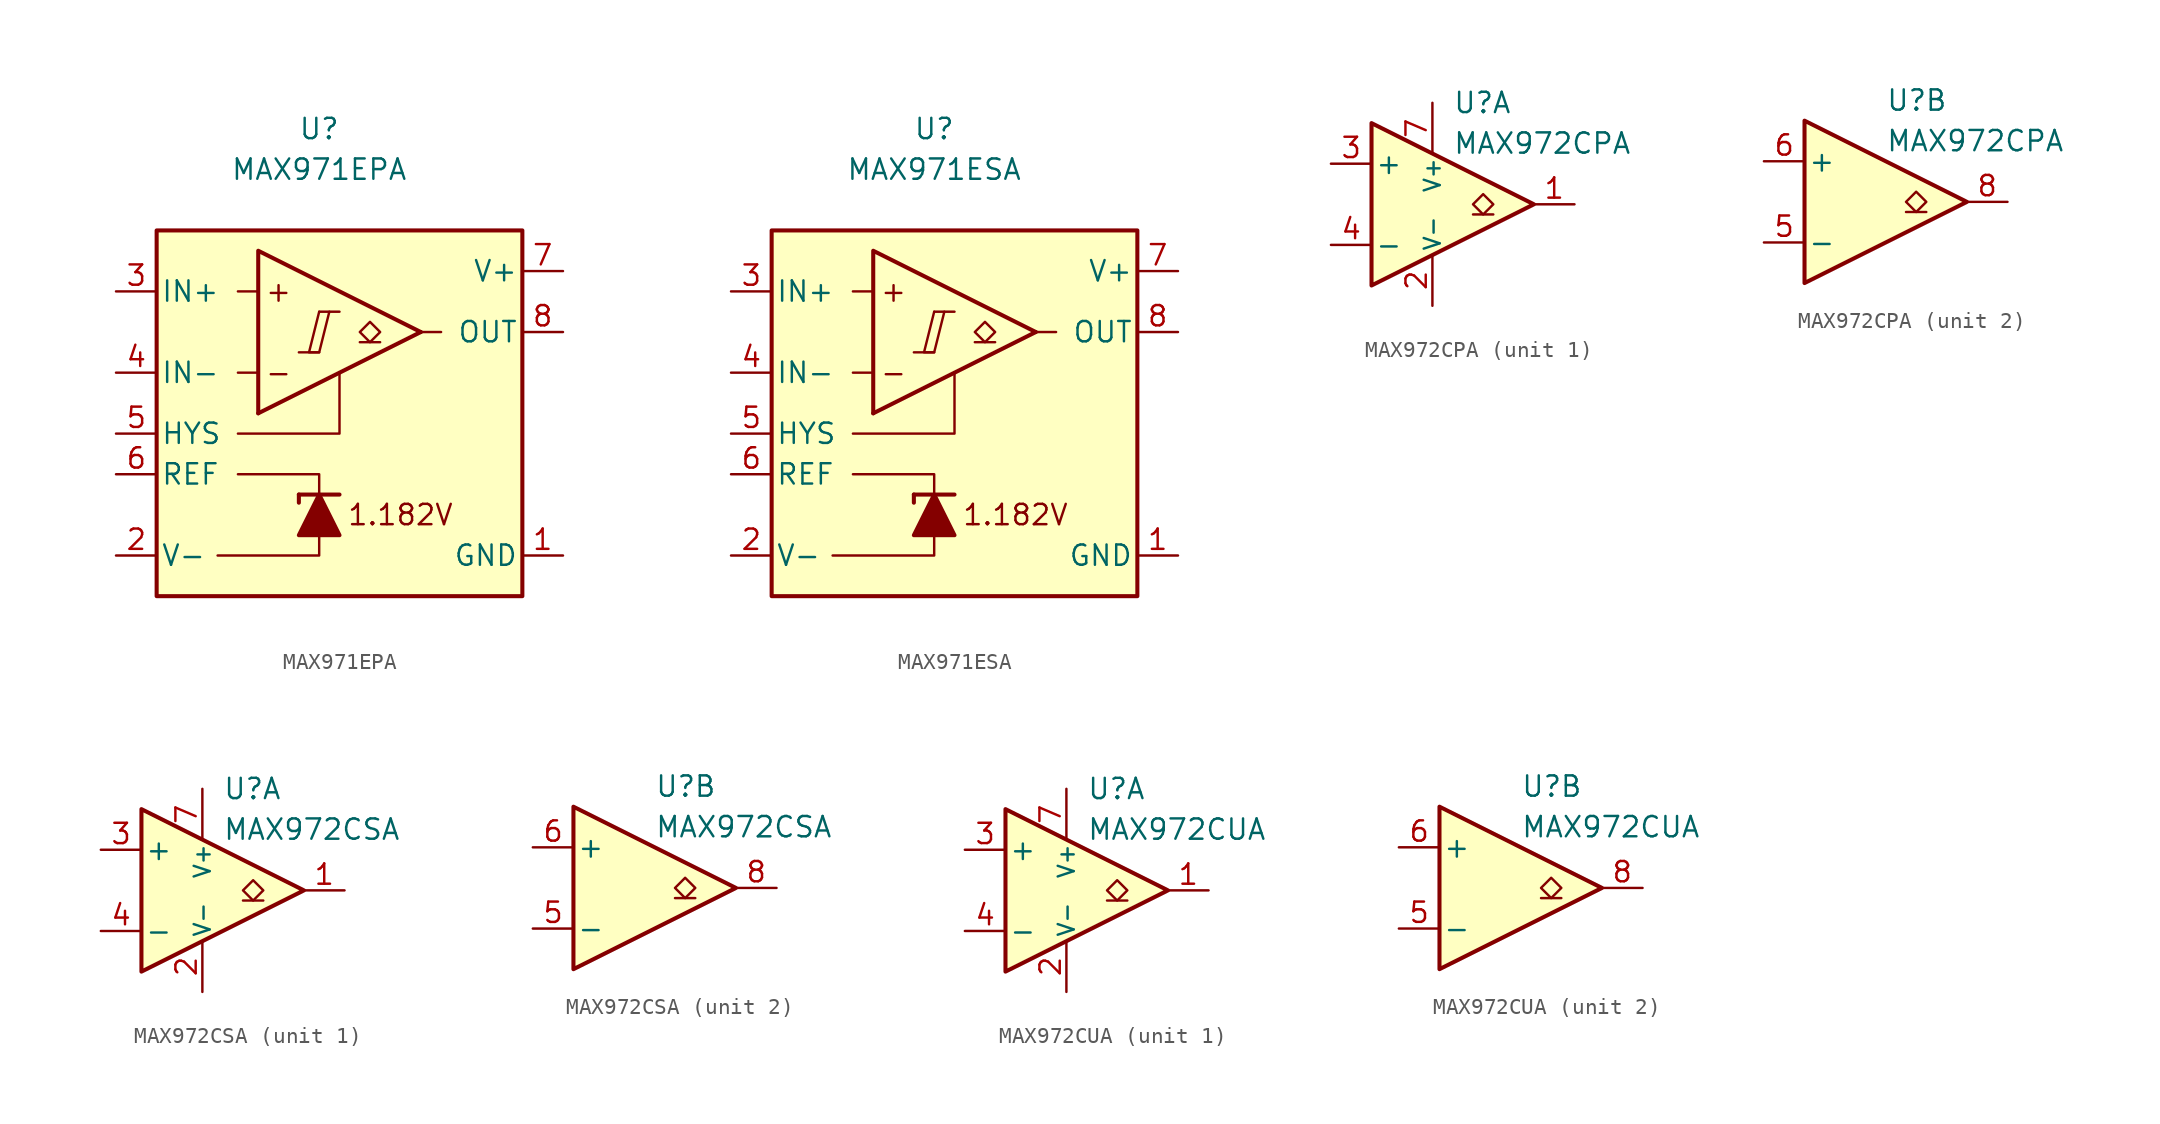
<source format=kicad_sym>
(kicad_symbol_lib
  (version 20231120)
  (generator "kicad_symbol_editor")
  (generator_version "8.0")
  (symbol "MAX971EPA"
    (pin_names
      (offset 0.254))
    (property "Reference" "U"
      (at 0 16.51 0)
      (effects (font (size 1.27 1.27))))
    (property "Value" "MAX971EPA"
      (at 0 13.97 0)
      (effects (font (size 1.27 1.27))))
    (symbol "MAX971EPA_0_0"
      (polyline (pts (xy -1.27 2.54) (xy 0 2.54)) (stroke (width 0.152) (type default)) (fill (type none)))
      (polyline (pts (xy 0 5.08) (xy 1.27 5.08)) (stroke (width 0.152) (type default)) (fill (type none)))
      (polyline (pts (xy 6.35 3.81) (xy -3.81 -1.27)) (stroke (width 0.254) (type default)) (fill (type none)))
      (polyline (pts (xy 6.35 3.81) (xy -3.81 8.89) (xy -3.81 -1.27)) (stroke (width 0.254) (type default)) (fill (type background)))
      (polyline (pts (xy 0 5.08) (xy -0.635 2.54) (xy 0 2.54) (xy 0.635 5.08)) (stroke (width 0.152) (type default)) (fill (type none)))
      (text "+" (at -2.54 6.35 0) (effects (font (size 1.27 1.27))))
      (text "-" (at -2.54 1.27 0) (effects (font (size 1.27 1.27))))
      (text "1.182V" (at 5.08 -7.62 0) (effects (font (size 1.27 1.27)))))
    (symbol "MAX971EPA_0_1"
      (polyline (pts (xy -3.81 1.27) (xy -5.08 1.27)) (stroke (width 0) (type default)) (fill (type none)))
      (polyline (pts (xy -3.81 6.35) (xy -5.08 6.35)) (stroke (width 0) (type default)) (fill (type none)))
      (polyline (pts (xy -1.27 -6.35) (xy -1.27 -6.858)) (stroke (width 0.254) (type default)) (fill (type none)))
      (polyline (pts (xy -1.27 -6.35) (xy 1.27 -6.35)) (stroke (width 0.254) (type default)) (fill (type none)))
      (polyline (pts (xy 6.35 3.81) (xy 7.62 3.81)) (stroke (width 0) (type default)) (fill (type none)))
      (polyline (pts (xy 0 -8.89) (xy 0 -10.16) (xy -6.35 -10.16)) (stroke (width 0) (type default)) (fill (type none)))
      (polyline (pts (xy 0 -6.35) (xy 0 -5.08) (xy -5.08 -5.08)) (stroke (width 0) (type default)) (fill (type none)))
      (polyline (pts (xy 1.27 1.27) (xy 1.27 -2.54) (xy -5.08 -2.54)) (stroke (width 0) (type default)) (fill (type none)))
      (polyline (pts (xy 1.27 -8.89) (xy -1.27 -8.89) (xy 0 -6.35) (xy 1.27 -8.89)) (stroke (width 0.254) (type default)) (fill (type outline)))
      (rectangle (start 12.7 10.16) (end -10.16 -12.7) (stroke (width 0.254) (type default)) (fill (type background))))
    (symbol "MAX971EPA_1_1"
      (polyline (pts (xy 3.81 3.175) (xy 2.54 3.175)) (stroke (width 0.152) (type default)) (fill (type none)))
      (polyline (pts (xy 3.175 3.175) (xy 2.54 3.81) (xy 3.175 4.445) (xy 3.81 3.81) (xy 3.175 3.175)) (stroke (width 0.152) (type default)) (fill (type none)))
      (pin power_in line (at 15.24 -10.16 180) (length 2.54) (name "GND" (effects (font (size 1.27 1.27)))) (number "1" (effects (font (size 1.27 1.27)))))
      (pin power_in line (at -12.7 -10.16 0) (length 2.54) (name "V-" (effects (font (size 1.27 1.27)))) (number "2" (effects (font (size 1.27 1.27)))))
      (pin input line (at -12.7 6.35 0) (length 2.54) (name "IN+" (effects (font (size 1.27 1.27)))) (number "3" (effects (font (size 1.27 1.27)))))
      (pin input line (at -12.7 1.27 0) (length 2.54) (name "IN-" (effects (font (size 1.27 1.27)))) (number "4" (effects (font (size 1.27 1.27)))))
      (pin input line (at -12.7 -2.54 0) (length 2.54) (name "HYS" (effects (font (size 1.27 1.27)))) (number "5" (effects (font (size 1.27 1.27)))))
      (pin output line (at -12.7 -5.08 0) (length 2.54) (name "REF" (effects (font (size 1.27 1.27)))) (number "6" (effects (font (size 1.27 1.27)))))
      (pin power_in line (at 15.24 7.62 180) (length 2.54) (name "V+" (effects (font (size 1.27 1.27)))) (number "7" (effects (font (size 1.27 1.27)))))
      (pin open_collector line (at 15.24 3.81 180) (length 2.54) (name "OUT" (effects (font (size 1.27 1.27)))) (number "8" (effects (font (size 1.27 1.27)))))))
  (symbol "MAX971ESA"
    (pin_names
      (offset 0.254))
    (property "Reference" "U"
      (at 0 16.51 0)
      (effects (font (size 1.27 1.27))))
    (property "Value" "MAX971ESA"
      (at 0 13.97 0)
      (effects (font (size 1.27 1.27))))
    (symbol "MAX971ESA_0_0"
      (polyline (pts (xy -1.27 2.54) (xy 0 2.54)) (stroke (width 0.152) (type default)) (fill (type none)))
      (polyline (pts (xy 0 5.08) (xy 1.27 5.08)) (stroke (width 0.152) (type default)) (fill (type none)))
      (polyline (pts (xy 6.35 3.81) (xy -3.81 -1.27)) (stroke (width 0.254) (type default)) (fill (type none)))
      (polyline (pts (xy 6.35 3.81) (xy -3.81 8.89) (xy -3.81 -1.27)) (stroke (width 0.254) (type default)) (fill (type background)))
      (polyline (pts (xy 0 5.08) (xy -0.635 2.54) (xy 0 2.54) (xy 0.635 5.08)) (stroke (width 0.152) (type default)) (fill (type none)))
      (text "+" (at -2.54 6.35 0) (effects (font (size 1.27 1.27))))
      (text "-" (at -2.54 1.27 0) (effects (font (size 1.27 1.27))))
      (text "1.182V" (at 5.08 -7.62 0) (effects (font (size 1.27 1.27)))))
    (symbol "MAX971ESA_0_1"
      (polyline (pts (xy -3.81 1.27) (xy -5.08 1.27)) (stroke (width 0) (type default)) (fill (type none)))
      (polyline (pts (xy -3.81 6.35) (xy -5.08 6.35)) (stroke (width 0) (type default)) (fill (type none)))
      (polyline (pts (xy -1.27 -6.35) (xy -1.27 -6.858)) (stroke (width 0.254) (type default)) (fill (type none)))
      (polyline (pts (xy -1.27 -6.35) (xy 1.27 -6.35)) (stroke (width 0.254) (type default)) (fill (type none)))
      (polyline (pts (xy 6.35 3.81) (xy 7.62 3.81)) (stroke (width 0) (type default)) (fill (type none)))
      (polyline (pts (xy 0 -8.89) (xy 0 -10.16) (xy -6.35 -10.16)) (stroke (width 0) (type default)) (fill (type none)))
      (polyline (pts (xy 0 -6.35) (xy 0 -5.08) (xy -5.08 -5.08)) (stroke (width 0) (type default)) (fill (type none)))
      (polyline (pts (xy 1.27 1.27) (xy 1.27 -2.54) (xy -5.08 -2.54)) (stroke (width 0) (type default)) (fill (type none)))
      (polyline (pts (xy 1.27 -8.89) (xy -1.27 -8.89) (xy 0 -6.35) (xy 1.27 -8.89)) (stroke (width 0.254) (type default)) (fill (type outline)))
      (rectangle (start 12.7 10.16) (end -10.16 -12.7) (stroke (width 0.254) (type default)) (fill (type background))))
    (symbol "MAX971ESA_1_1"
      (polyline (pts (xy 3.81 3.175) (xy 2.54 3.175)) (stroke (width 0.152) (type default)) (fill (type none)))
      (polyline (pts (xy 3.175 3.175) (xy 2.54 3.81) (xy 3.175 4.445) (xy 3.81 3.81) (xy 3.175 3.175)) (stroke (width 0.152) (type default)) (fill (type none)))
      (pin power_in line (at 15.24 -10.16 180) (length 2.54) (name "GND" (effects (font (size 1.27 1.27)))) (number "1" (effects (font (size 1.27 1.27)))))
      (pin power_in line (at -12.7 -10.16 0) (length 2.54) (name "V-" (effects (font (size 1.27 1.27)))) (number "2" (effects (font (size 1.27 1.27)))))
      (pin input line (at -12.7 6.35 0) (length 2.54) (name "IN+" (effects (font (size 1.27 1.27)))) (number "3" (effects (font (size 1.27 1.27)))))
      (pin input line (at -12.7 1.27 0) (length 2.54) (name "IN-" (effects (font (size 1.27 1.27)))) (number "4" (effects (font (size 1.27 1.27)))))
      (pin input line (at -12.7 -2.54 0) (length 2.54) (name "HYS" (effects (font (size 1.27 1.27)))) (number "5" (effects (font (size 1.27 1.27)))))
      (pin output line (at -12.7 -5.08 0) (length 2.54) (name "REF" (effects (font (size 1.27 1.27)))) (number "6" (effects (font (size 1.27 1.27)))))
      (pin power_in line (at 15.24 7.62 180) (length 2.54) (name "V+" (effects (font (size 1.27 1.27)))) (number "7" (effects (font (size 1.27 1.27)))))
      (pin open_collector line (at 15.24 3.81 180) (length 2.54) (name "OUT" (effects (font (size 1.27 1.27)))) (number "8" (effects (font (size 1.27 1.27)))))))
  (symbol "MAX972CPA"
    (pin_names
      (offset 0.2))
    (property "Reference" "U"
      (at 1.27 6.35 0)
      (effects (font (size 1.27 1.27)) (justify left)))
    (property "Value" "MAX972CPA"
      (at 1.27 3.81 0)
      (effects (font (size 1.27 1.27)) (justify left)))
    (property "ki_locked" ""
      (at 0 0 0)
      (effects (font (size 1.27 1.27))))
    (symbol "MAX972CPA_0_1"
      (polyline (pts (xy -3.81 5.08) (xy -3.81 -5.08) (xy 6.35 0) (xy -3.81 5.08)) (stroke (width 0.254) (type default)) (fill (type background))))
    (symbol "MAX972CPA_1_1"
      (polyline (pts (xy 3.81 -0.635) (xy 2.54 -0.635)) (stroke (width 0.152) (type default)) (fill (type none)))
      (polyline (pts (xy 3.175 -0.635) (xy 2.54 0) (xy 3.175 0.635) (xy 3.81 0) (xy 3.175 -0.635)) (stroke (width 0.152) (type default)) (fill (type none)))
      (pin output line (at 8.89 0 180) (length 2.54) (name "~" (effects (font (size 1.27 1.27)))) (number "1" (effects (font (size 1.27 1.27)))))
      (pin power_in line (at 0 -6.35 90) (length 3.18) (name "V-" (effects (font (size 1 1)))) (number "2" (effects (font (size 1.27 1.27)))))
      (pin input line (at -6.35 2.54 0) (length 2.54) (name "+" (effects (font (size 1.27 1.27)))) (number "3" (effects (font (size 1.27 1.27)))))
      (pin input line (at -6.35 -2.54 0) (length 2.54) (name "-" (effects (font (size 1.27 1.27)))) (number "4" (effects (font (size 1.27 1.27)))))
      (pin power_in line (at 0 6.35 270) (length 3.18) (name "V+" (effects (font (size 1 1)))) (number "7" (effects (font (size 1.27 1.27))))))
    (symbol "MAX972CPA_2_1"
      (polyline (pts (xy 3.81 -0.635) (xy 2.54 -0.635)) (stroke (width 0.152) (type default)) (fill (type none)))
      (polyline (pts (xy 3.175 -0.635) (xy 2.54 0) (xy 3.175 0.635) (xy 3.81 0) (xy 3.175 -0.635)) (stroke (width 0.152) (type default)) (fill (type none)))
      (pin input line (at -6.35 -2.54 0) (length 2.54) (name "-" (effects (font (size 1.27 1.27)))) (number "5" (effects (font (size 1.27 1.27)))))
      (pin input line (at -6.35 2.54 0) (length 2.54) (name "+" (effects (font (size 1.27 1.27)))) (number "6" (effects (font (size 1.27 1.27)))))
      (pin output line (at 8.89 0 180) (length 2.54) (name "~" (effects (font (size 1.27 1.27)))) (number "8" (effects (font (size 1.27 1.27)))))))
  (symbol "MAX972CSA"
    (pin_names
      (offset 0.2))
    (property "Reference" "U"
      (at 1.27 6.35 0)
      (effects (font (size 1.27 1.27)) (justify left)))
    (property "Value" "MAX972CSA"
      (at 1.27 3.81 0)
      (effects (font (size 1.27 1.27)) (justify left)))
    (property "ki_locked" ""
      (at 0 0 0)
      (effects (font (size 1.27 1.27))))
    (symbol "MAX972CSA_0_1"
      (polyline (pts (xy -3.81 5.08) (xy -3.81 -5.08) (xy 6.35 0) (xy -3.81 5.08)) (stroke (width 0.254) (type default)) (fill (type background))))
    (symbol "MAX972CSA_1_1"
      (polyline (pts (xy 3.81 -0.635) (xy 2.54 -0.635)) (stroke (width 0.152) (type default)) (fill (type none)))
      (polyline (pts (xy 3.175 -0.635) (xy 2.54 0) (xy 3.175 0.635) (xy 3.81 0) (xy 3.175 -0.635)) (stroke (width 0.152) (type default)) (fill (type none)))
      (pin output line (at 8.89 0 180) (length 2.54) (name "~" (effects (font (size 1.27 1.27)))) (number "1" (effects (font (size 1.27 1.27)))))
      (pin power_in line (at 0 -6.35 90) (length 3.18) (name "V-" (effects (font (size 1 1)))) (number "2" (effects (font (size 1.27 1.27)))))
      (pin input line (at -6.35 2.54 0) (length 2.54) (name "+" (effects (font (size 1.27 1.27)))) (number "3" (effects (font (size 1.27 1.27)))))
      (pin input line (at -6.35 -2.54 0) (length 2.54) (name "-" (effects (font (size 1.27 1.27)))) (number "4" (effects (font (size 1.27 1.27)))))
      (pin power_in line (at 0 6.35 270) (length 3.18) (name "V+" (effects (font (size 1 1)))) (number "7" (effects (font (size 1.27 1.27))))))
    (symbol "MAX972CSA_2_1"
      (polyline (pts (xy 3.81 -0.635) (xy 2.54 -0.635)) (stroke (width 0.152) (type default)) (fill (type none)))
      (polyline (pts (xy 3.175 -0.635) (xy 2.54 0) (xy 3.175 0.635) (xy 3.81 0) (xy 3.175 -0.635)) (stroke (width 0.152) (type default)) (fill (type none)))
      (pin input line (at -6.35 -2.54 0) (length 2.54) (name "-" (effects (font (size 1.27 1.27)))) (number "5" (effects (font (size 1.27 1.27)))))
      (pin input line (at -6.35 2.54 0) (length 2.54) (name "+" (effects (font (size 1.27 1.27)))) (number "6" (effects (font (size 1.27 1.27)))))
      (pin output line (at 8.89 0 180) (length 2.54) (name "~" (effects (font (size 1.27 1.27)))) (number "8" (effects (font (size 1.27 1.27)))))))
  (symbol "MAX972CUA"
    (pin_names
      (offset 0.2))
    (property "Reference" "U"
      (at 1.27 6.35 0)
      (effects (font (size 1.27 1.27)) (justify left)))
    (property "Value" "MAX972CUA"
      (at 1.27 3.81 0)
      (effects (font (size 1.27 1.27)) (justify left)))
    (property "ki_locked" ""
      (at 0 0 0)
      (effects (font (size 1.27 1.27))))
    (symbol "MAX972CUA_0_1"
      (polyline (pts (xy -3.81 5.08) (xy -3.81 -5.08) (xy 6.35 0) (xy -3.81 5.08)) (stroke (width 0.254) (type default)) (fill (type background))))
    (symbol "MAX972CUA_1_1"
      (polyline (pts (xy 3.81 -0.635) (xy 2.54 -0.635)) (stroke (width 0.152) (type default)) (fill (type none)))
      (polyline (pts (xy 3.175 -0.635) (xy 2.54 0) (xy 3.175 0.635) (xy 3.81 0) (xy 3.175 -0.635)) (stroke (width 0.152) (type default)) (fill (type none)))
      (pin output line (at 8.89 0 180) (length 2.54) (name "~" (effects (font (size 1.27 1.27)))) (number "1" (effects (font (size 1.27 1.27)))))
      (pin power_in line (at 0 -6.35 90) (length 3.18) (name "V-" (effects (font (size 1 1)))) (number "2" (effects (font (size 1.27 1.27)))))
      (pin input line (at -6.35 2.54 0) (length 2.54) (name "+" (effects (font (size 1.27 1.27)))) (number "3" (effects (font (size 1.27 1.27)))))
      (pin input line (at -6.35 -2.54 0) (length 2.54) (name "-" (effects (font (size 1.27 1.27)))) (number "4" (effects (font (size 1.27 1.27)))))
      (pin power_in line (at 0 6.35 270) (length 3.18) (name "V+" (effects (font (size 1 1)))) (number "7" (effects (font (size 1.27 1.27))))))
    (symbol "MAX972CUA_2_1"
      (polyline (pts (xy 3.81 -0.635) (xy 2.54 -0.635)) (stroke (width 0.152) (type default)) (fill (type none)))
      (polyline (pts (xy 3.175 -0.635) (xy 2.54 0) (xy 3.175 0.635) (xy 3.81 0) (xy 3.175 -0.635)) (stroke (width 0.152) (type default)) (fill (type none)))
      (pin input line (at -6.35 -2.54 0) (length 2.54) (name "-" (effects (font (size 1.27 1.27)))) (number "5" (effects (font (size 1.27 1.27)))))
      (pin input line (at -6.35 2.54 0) (length 2.54) (name "+" (effects (font (size 1.27 1.27)))) (number "6" (effects (font (size 1.27 1.27)))))
      (pin output line (at 8.89 0 180) (length 2.54) (name "~" (effects (font (size 1.27 1.27)))) (number "8" (effects (font (size 1.27 1.27))))))))
</source>
